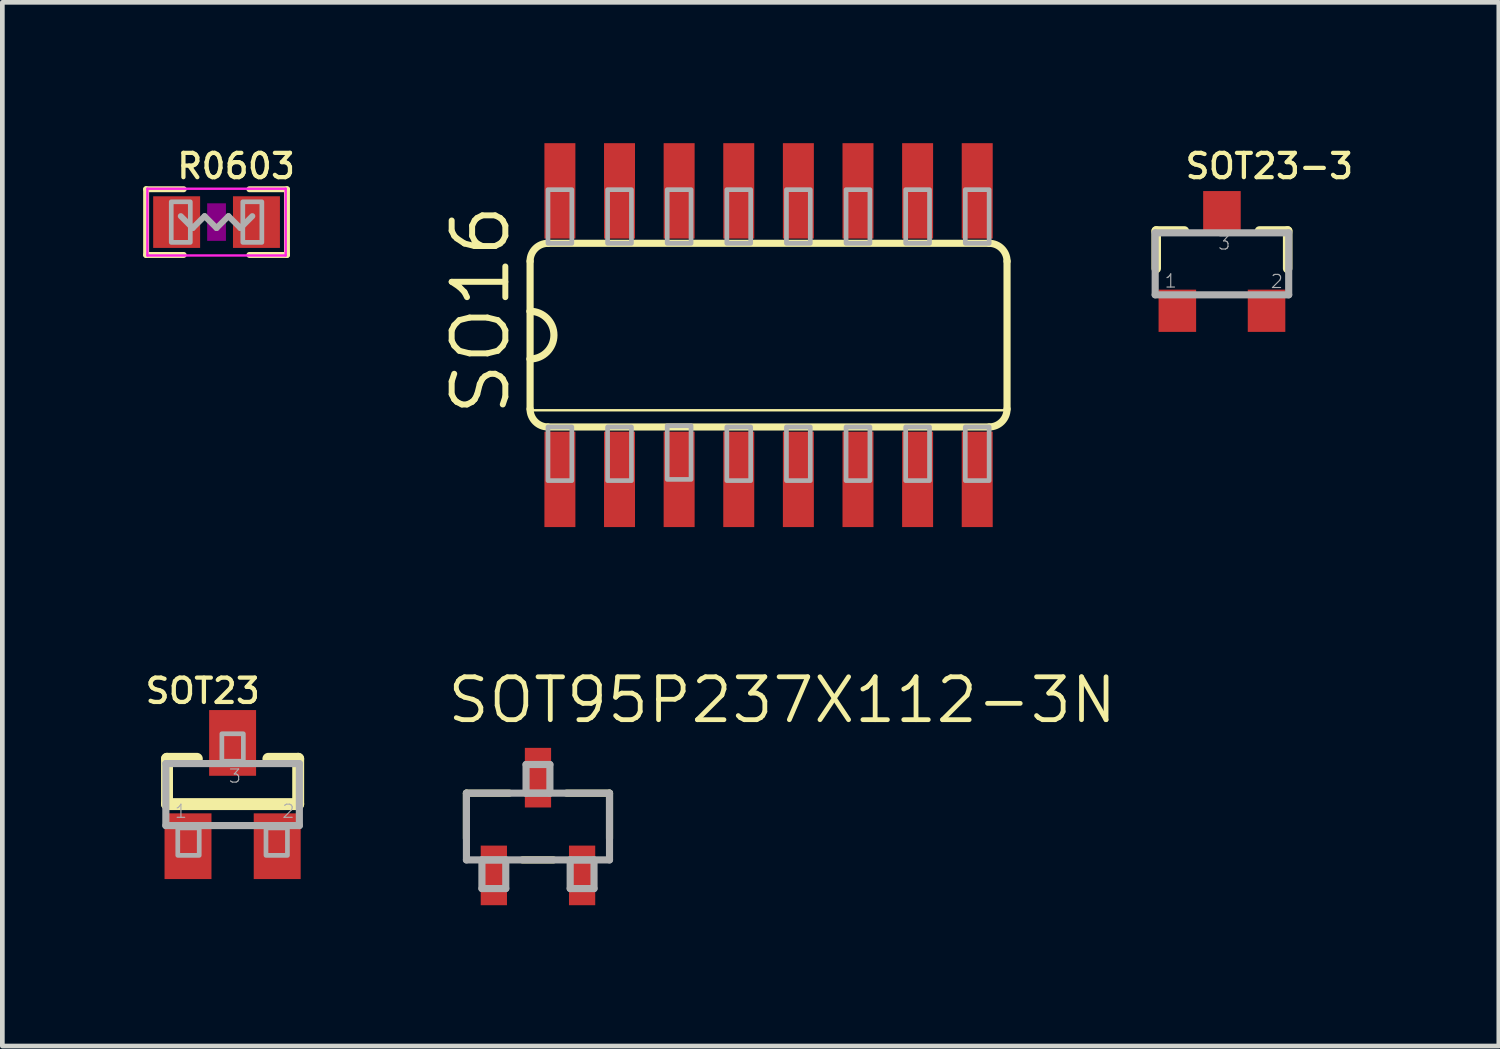
<source format=kicad_pcb>
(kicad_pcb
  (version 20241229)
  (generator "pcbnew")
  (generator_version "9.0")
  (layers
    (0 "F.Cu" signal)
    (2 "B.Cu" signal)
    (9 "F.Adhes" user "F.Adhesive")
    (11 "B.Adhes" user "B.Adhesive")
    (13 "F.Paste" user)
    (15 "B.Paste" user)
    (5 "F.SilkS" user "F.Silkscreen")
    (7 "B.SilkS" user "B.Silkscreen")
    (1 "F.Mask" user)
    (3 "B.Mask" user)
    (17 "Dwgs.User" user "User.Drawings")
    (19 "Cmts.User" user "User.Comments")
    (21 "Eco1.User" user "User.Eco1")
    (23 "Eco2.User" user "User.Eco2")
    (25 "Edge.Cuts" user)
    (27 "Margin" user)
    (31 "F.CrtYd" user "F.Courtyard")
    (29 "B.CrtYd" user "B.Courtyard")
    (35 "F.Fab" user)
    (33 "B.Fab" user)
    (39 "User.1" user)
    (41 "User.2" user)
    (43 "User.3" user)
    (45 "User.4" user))
  (footprint "SO16"
    (layer "F.Cu")
    (at 13.322 4.089)
    (property "Reference" "SO16" (at -5.461 1.778 90) (layer "F.SilkS") (effects (font (size 1.143 1.143) (thickness 0.127)) (justify left bottom)))
    (fp_line (start -5.08 -1.575) (end -5.08 -0.508) (stroke (width 0.152) (type solid)) (layer "F.SilkS"))
    (fp_line (start -5.08 -0.508) (end -5.08 0.508) (stroke (width 0.152) (type solid)) (layer "F.SilkS"))
    (fp_line (start -5.08 0.508) (end -5.08 1.575) (stroke (width 0.152) (type solid)) (layer "F.SilkS"))
    (fp_line (start -5.08 1.6) (end 5.08 1.6) (stroke (width 0.051) (type solid)) (layer "F.SilkS"))
    (fp_line (start -4.699 1.956) (end 4.699 1.956) (stroke (width 0.152) (type solid)) (layer "F.SilkS"))
    (fp_line (start 4.699 -1.956) (end -4.699 -1.956) (stroke (width 0.152) (type solid)) (layer "F.SilkS"))
    (fp_line (start 5.08 1.575) (end 5.08 -1.575) (stroke (width 0.152) (type solid)) (layer "F.SilkS"))
    (fp_arc (start -5.08 -1.5748) (mid -4.968408 -1.844208) (end -4.699 -1.9558) (stroke (width 0.1524) (type solid)) (layer "F.SilkS"))
    (fp_arc (start -5.08 -0.508) (mid -4.572 0) (end -5.08 0.508) (stroke (width 0.1524) (type solid)) (layer "F.SilkS"))
    (fp_arc (start -4.699 1.9558) (mid -4.968408 1.844208) (end -5.08 1.5748) (stroke (width 0.1524) (type solid)) (layer "F.SilkS"))
    (fp_arc (start 4.699 -1.9558) (mid 4.968408 -1.844208) (end 5.08 -1.5748) (stroke (width 0.1524) (type solid)) (layer "F.SilkS"))
    (fp_arc (start 5.08 1.5748) (mid 4.968408 1.844208) (end 4.699 1.9558) (stroke (width 0.1524) (type solid)) (layer "F.SilkS"))
    (fp_poly (pts (xy -4.699 -1.956) (xy -4.191 -1.956) (xy -4.191 -3.099) (xy -4.699 -3.099)) (stroke (width 0.1) (type solid)) (fill no) (layer "F.Fab"))
    (fp_poly (pts (xy -4.699 3.099) (xy -4.191 3.099) (xy -4.191 1.956) (xy -4.699 1.956)) (stroke (width 0.1) (type solid)) (fill no) (layer "F.Fab"))
    (fp_poly (pts (xy -3.429 -1.956) (xy -2.921 -1.956) (xy -2.921 -3.099) (xy -3.429 -3.099)) (stroke (width 0.1) (type solid)) (fill no) (layer "F.Fab"))
    (fp_poly (pts (xy -3.429 3.099) (xy -2.921 3.099) (xy -2.921 1.956) (xy -3.429 1.956)) (stroke (width 0.1) (type solid)) (fill no) (layer "F.Fab"))
    (fp_poly (pts (xy -2.159 -1.956) (xy -1.651 -1.956) (xy -1.651 -3.099) (xy -2.159 -3.099)) (stroke (width 0.1) (type solid)) (fill no) (layer "F.Fab"))
    (fp_poly (pts (xy -2.159 3.073) (xy -1.651 3.073) (xy -1.651 1.93) (xy -2.159 1.93)) (stroke (width 0.1) (type solid)) (fill no) (layer "F.Fab"))
    (fp_poly (pts (xy -0.889 -1.956) (xy -0.381 -1.956) (xy -0.381 -3.099) (xy -0.889 -3.099)) (stroke (width 0.1) (type solid)) (fill no) (layer "F.Fab"))
    (fp_poly (pts (xy -0.889 3.099) (xy -0.381 3.099) (xy -0.381 1.956) (xy -0.889 1.956)) (stroke (width 0.1) (type solid)) (fill no) (layer "F.Fab"))
    (fp_poly (pts (xy 0.381 -1.956) (xy 0.889 -1.956) (xy 0.889 -3.099) (xy 0.381 -3.099)) (stroke (width 0.1) (type solid)) (fill no) (layer "F.Fab"))
    (fp_poly (pts (xy 0.381 3.099) (xy 0.889 3.099) (xy 0.889 1.956) (xy 0.381 1.956)) (stroke (width 0.1) (type solid)) (fill no) (layer "F.Fab"))
    (fp_poly (pts (xy 1.651 -1.956) (xy 2.159 -1.956) (xy 2.159 -3.099) (xy 1.651 -3.099)) (stroke (width 0.1) (type solid)) (fill no) (layer "F.Fab"))
    (fp_poly (pts (xy 1.651 3.099) (xy 2.159 3.099) (xy 2.159 1.956) (xy 1.651 1.956)) (stroke (width 0.1) (type solid)) (fill no) (layer "F.Fab"))
    (fp_poly (pts (xy 2.921 -1.956) (xy 3.429 -1.956) (xy 3.429 -3.099) (xy 2.921 -3.099)) (stroke (width 0.1) (type solid)) (fill no) (layer "F.Fab"))
    (fp_poly (pts (xy 2.921 3.099) (xy 3.429 3.099) (xy 3.429 1.956) (xy 2.921 1.956)) (stroke (width 0.1) (type solid)) (fill no) (layer "F.Fab"))
    (fp_poly (pts (xy 4.191 -1.956) (xy 4.699 -1.956) (xy 4.699 -3.099) (xy 4.191 -3.099)) (stroke (width 0.1) (type solid)) (fill no) (layer "F.Fab"))
    (fp_poly (pts (xy 4.191 3.099) (xy 4.699 3.099) (xy 4.699 1.956) (xy 4.191 1.956)) (stroke (width 0.1) (type solid)) (fill no) (layer "F.Fab"))
    (pad "1" smd rect (at -4.445 3.073) (size 0.66 2.032) (layers "F.Cu" "F.Mask" "F.Paste"))
    (pad "2" smd rect (at -3.175 3.073) (size 0.66 2.032) (layers "F.Cu" "F.Mask" "F.Paste"))
    (pad "3" smd rect (at -1.905 3.073) (size 0.66 2.032) (layers "F.Cu" "F.Mask" "F.Paste"))
    (pad "4" smd rect (at -0.635 3.073) (size 0.66 2.032) (layers "F.Cu" "F.Mask" "F.Paste"))
    (pad "5" smd rect (at 0.635 3.073) (size 0.66 2.032) (layers "F.Cu" "F.Mask" "F.Paste"))
    (pad "6" smd rect (at 1.905 3.073) (size 0.66 2.032) (layers "F.Cu" "F.Mask" "F.Paste"))
    (pad "7" smd rect (at 3.175 3.073) (size 0.66 2.032) (layers "F.Cu" "F.Mask" "F.Paste"))
    (pad "8" smd rect (at 4.445 3.073) (size 0.66 2.032) (layers "F.Cu" "F.Mask" "F.Paste"))
    (pad "9" smd rect (at 4.445 -3.073) (size 0.66 2.032) (layers "F.Cu" "F.Mask" "F.Paste"))
    (pad "10" smd rect (at 3.175 -3.073) (size 0.66 2.032) (layers "F.Cu" "F.Mask" "F.Paste"))
    (pad "11" smd rect (at 1.905 -3.073) (size 0.66 2.032) (layers "F.Cu" "F.Mask" "F.Paste"))
    (pad "12" smd rect (at 0.635 -3.073) (size 0.66 2.032) (layers "F.Cu" "F.Mask" "F.Paste"))
    (pad "13" smd rect (at -0.635 -3.073) (size 0.66 2.032) (layers "F.Cu" "F.Mask" "F.Paste"))
    (pad "14" smd rect (at -1.905 -3.073) (size 0.66 2.032) (layers "F.Cu" "F.Mask" "F.Paste"))
    (pad "15" smd rect (at -3.175 -3.073) (size 0.66 2.032) (layers "F.Cu" "F.Mask" "F.Paste"))
    (pad "16" smd rect (at -4.445 -3.073) (size 0.66 2.032) (layers "F.Cu" "F.Mask" "F.Paste")))
  (footprint "R0603"
    (layer "F.Cu")
    (at 1.563 1.681)
    (property "Reference" "R0603" (at -0.889 -0.889 0) (layer "F.SilkS") (effects (font (size 0.518 0.518) (thickness 0.091)) (justify left bottom)))
    (fp_line (start -1.5 -0.7) (end -1.5 0.7) (stroke (width 0.127) (type solid)) (layer "F.SilkS"))
    (fp_line (start -1.5 0.7) (end -0.7 0.7) (stroke (width 0.127) (type solid)) (layer "F.SilkS"))
    (fp_line (start -0.7 -0.7) (end -1.5 -0.7) (stroke (width 0.127) (type solid)) (layer "F.SilkS"))
    (fp_line (start 0.7 -0.7) (end 1.5 -0.7) (stroke (width 0.127) (type solid)) (layer "F.SilkS"))
    (fp_line (start 1.5 -0.7) (end 1.5 0.7) (stroke (width 0.127) (type solid)) (layer "F.SilkS"))
    (fp_line (start 1.5 0.7) (end 0.7 0.7) (stroke (width 0.127) (type solid)) (layer "F.SilkS"))
    (fp_poly (pts (xy -0.2 0.4) (xy 0.2 0.4) (xy 0.2 -0.4) (xy -0.2 -0.4)) (stroke (width 0) (type solid)) (fill yes) (layer "F.Adhes"))
    (fp_line (start -1.473 -0.711) (end 1.473 -0.711) (stroke (width 0.051) (type solid)) (layer "F.CrtYd"))
    (fp_line (start -1.473 0.711) (end -1.473 -0.711) (stroke (width 0.051) (type solid)) (layer "F.CrtYd"))
    (fp_line (start 1.473 -0.711) (end 1.473 0.711) (stroke (width 0.051) (type solid)) (layer "F.CrtYd"))
    (fp_line (start 1.473 0.711) (end -1.473 0.711) (stroke (width 0.051) (type solid)) (layer "F.CrtYd"))
    (fp_line (start -0.508 0.127) (end -0.762 -0.127) (stroke (width 0.127) (type solid)) (layer "F.Fab"))
    (fp_line (start -0.508 0.127) (end -0.254 -0.127) (stroke (width 0.127) (type solid)) (layer "F.Fab"))
    (fp_line (start -0.254 -0.127) (end 0 0.127) (stroke (width 0.127) (type solid)) (layer "F.Fab"))
    (fp_line (start 0 0.127) (end 0.254 -0.127) (stroke (width 0.127) (type solid)) (layer "F.Fab"))
    (fp_line (start 0.254 -0.127) (end 0.508 0.127) (stroke (width 0.127) (type solid)) (layer "F.Fab"))
    (fp_line (start 0.508 0.127) (end 0.762 -0.127) (stroke (width 0.127) (type solid)) (layer "F.Fab"))
    (fp_poly (pts (xy -0.965 0.432) (xy -0.559 0.432) (xy -0.559 -0.432) (xy -0.965 -0.432)) (stroke (width 0.1) (type solid)) (fill no) (layer "F.Fab"))
    (fp_poly (pts (xy 0.559 0.432) (xy 0.965 0.432) (xy 0.965 -0.432) (xy 0.559 -0.432)) (stroke (width 0.1) (type solid)) (fill no) (layer "F.Fab"))
    (pad "1" smd rect (at -0.85 0) (size 1 1.1) (layers "F.Cu" "F.Mask" "F.Paste"))
    (pad "2" smd rect (at 0.85 0) (size 1 1.1) (layers "F.Cu" "F.Mask" "F.Paste")))
  (footprint "SOT23-3"
    (layer "F.Cu")
    (at 22.98 2.57)
    (property "Reference" "SOT23-3" (at -0.826 -1.778 0) (layer "F.SilkS") (effects (font (size 0.518 0.518) (thickness 0.091)) (justify left bottom)))
    (fp_line (start -1.4 -0.7) (end -1.4 0.1) (stroke (width 0.203) (type solid)) (layer "F.SilkS"))
    (fp_line (start -0.8 -0.7) (end -1.4 -0.7) (stroke (width 0.203) (type solid)) (layer "F.SilkS"))
    (fp_line (start 0.8 -0.7) (end 1.4 -0.7) (stroke (width 0.203) (type solid)) (layer "F.SilkS"))
    (fp_line (start 1.4 -0.7) (end 1.4 0.1) (stroke (width 0.203) (type solid)) (layer "F.SilkS"))
    (fp_line (start -1.422 -0.66) (end 1.422 -0.66) (stroke (width 0.152) (type solid)) (layer "F.Fab"))
    (fp_line (start -1.422 0.66) (end -1.422 -0.66) (stroke (width 0.152) (type solid)) (layer "F.Fab"))
    (fp_line (start 1.422 -0.66) (end 1.422 0.66) (stroke (width 0.152) (type solid)) (layer "F.Fab"))
    (fp_line (start 1.422 0.66) (end -1.422 0.66) (stroke (width 0.152) (type solid)) (layer "F.Fab"))
    (fp_text user "2" (at 1.02 0.54 0) (layer "F.Fab") (effects (font (size 0.28 0.28) (thickness 0.024)) (justify left bottom)))
    (fp_text user "3" (at -0.1 -0.28 0) (layer "F.Fab") (effects (font (size 0.28 0.28) (thickness 0.024)) (justify left bottom)))
    (fp_text user "1" (at -1.24 0.53 0) (layer "F.Fab") (effects (font (size 0.28 0.28) (thickness 0.024)) (justify left bottom)))
    (pad "1" smd rect (at -0.95 1) (size 0.8 0.9) (layers "F.Cu" "F.Mask" "F.Paste"))
    (pad "2" smd rect (at 0.95 1) (size 0.8 0.9) (layers "F.Cu" "F.Mask" "F.Paste"))
    (pad "3" smd rect (at 0 -1.1) (size 0.8 0.9) (layers "F.Cu" "F.Mask" "F.Paste")))
  (footprint "SOT23"
    (layer "F.Cu")
    (at 1.905 13.876)
    (property "Reference" "SOT23" (at -1.905 -1.905 0) (layer "F.SilkS") (effects (font (size 0.518 0.518) (thickness 0.091)) (justify left bottom)))
    (fp_line (start -1.397 -0.762) (end -0.762 -0.762) (stroke (width 0.254) (type solid)) (layer "F.SilkS"))
    (fp_line (start -1.397 0.203) (end -1.397 -0.762) (stroke (width 0.254) (type solid)) (layer "F.SilkS"))
    (fp_line (start -1.397 0.203) (end 1.397 0.203) (stroke (width 0.254) (type solid)) (layer "F.SilkS"))
    (fp_line (start 0.762 -0.762) (end 1.397 -0.762) (stroke (width 0.254) (type solid)) (layer "F.SilkS"))
    (fp_line (start 1.397 -0.762) (end 1.397 0.203) (stroke (width 0.254) (type solid)) (layer "F.SilkS"))
    (fp_line (start -1.422 -0.66) (end 1.422 -0.66) (stroke (width 0.152) (type solid)) (layer "F.Fab"))
    (fp_line (start -1.422 0.66) (end -1.422 -0.66) (stroke (width 0.152) (type solid)) (layer "F.Fab"))
    (fp_line (start 1.422 -0.66) (end 1.422 0.66) (stroke (width 0.152) (type solid)) (layer "F.Fab"))
    (fp_line (start 1.422 0.66) (end -1.422 0.66) (stroke (width 0.152) (type solid)) (layer "F.Fab"))
    (fp_poly (pts (xy -1.168 1.295) (xy -0.711 1.295) (xy -0.711 0.711) (xy -1.168 0.711)) (stroke (width 0.1) (type solid)) (fill no) (layer "F.Fab"))
    (fp_poly (pts (xy -0.229 -0.711) (xy 0.229 -0.711) (xy 0.229 -1.295) (xy -0.229 -1.295)) (stroke (width 0.1) (type solid)) (fill no) (layer "F.Fab"))
    (fp_poly (pts (xy 0.711 1.295) (xy 1.168 1.295) (xy 1.168 0.711) (xy 0.711 0.711)) (stroke (width 0.1) (type solid)) (fill no) (layer "F.Fab"))
    (fp_text user "1" (at -1.25 0.52 0) (layer "F.Fab") (effects (font (size 0.28 0.28) (thickness 0.024)) (justify left bottom)))
    (fp_text user "3" (at -0.1 -0.23 0) (layer "F.Fab") (effects (font (size 0.28 0.28) (thickness 0.024)) (justify left bottom)))
    (fp_text user "2" (at 1.04 0.52 0) (layer "F.Fab") (effects (font (size 0.28 0.28) (thickness 0.024)) (justify left bottom)))
    (pad "1" smd rect (at -0.95 1.1) (size 1 1.4) (layers "F.Cu" "F.Mask" "F.Paste"))
    (pad "2" smd rect (at 0.95 1.1) (size 1 1.4) (layers "F.Cu" "F.Mask" "F.Paste"))
    (pad "3" smd rect (at 0 -1.1) (size 1 1.4) (layers "F.Cu" "F.Mask" "F.Paste")))
  (footprint "SOT95P237X112-3N"
    (layer "F.Cu")
    (at 8.41 14.557)
    (property "Reference" "SOT95P237X112-3N" (at -1.981 -2.159 0) (layer "F.SilkS") (effects (font (size 0.914 0.914) (thickness 0.102)) (justify left bottom)))
    (fp_line (start -1.524 -0.711) (end -1.524 0.254) (stroke (width 0.152) (type solid)) (layer "F.SilkS"))
    (fp_line (start -0.61 -0.711) (end -1.524 -0.711) (stroke (width 0.152) (type solid)) (layer "F.SilkS"))
    (fp_line (start -0.33 0.711) (end 0.33 0.711) (stroke (width 0.152) (type solid)) (layer "F.SilkS"))
    (fp_line (start 1.524 -0.711) (end 0.61 -0.711) (stroke (width 0.152) (type solid)) (layer "F.SilkS"))
    (fp_line (start 1.524 0.254) (end 1.524 -0.711) (stroke (width 0.152) (type solid)) (layer "F.SilkS"))
    (fp_line (start -1.524 -0.711) (end -1.524 0.711) (stroke (width 0.152) (type solid)) (layer "F.Fab"))
    (fp_line (start -1.524 0.711) (end 1.524 0.711) (stroke (width 0.152) (type solid)) (layer "F.Fab"))
    (fp_line (start -1.194 0.711) (end -1.194 1.321) (stroke (width 0.152) (type solid)) (layer "F.Fab"))
    (fp_line (start -1.194 1.321) (end -0.686 1.321) (stroke (width 0.152) (type solid)) (layer "F.Fab"))
    (fp_line (start -0.686 0.711) (end -1.194 0.711) (stroke (width 0.152) (type solid)) (layer "F.Fab"))
    (fp_line (start -0.686 1.321) (end -0.686 0.711) (stroke (width 0.152) (type solid)) (layer "F.Fab"))
    (fp_line (start -0.254 -1.321) (end -0.254 -0.711) (stroke (width 0.152) (type solid)) (layer "F.Fab"))
    (fp_line (start -0.254 -0.711) (end 0.254 -0.711) (stroke (width 0.152) (type solid)) (layer "F.Fab"))
    (fp_line (start 0.254 -1.321) (end -0.254 -1.321) (stroke (width 0.152) (type solid)) (layer "F.Fab"))
    (fp_line (start 0.254 -0.711) (end 0.254 -1.321) (stroke (width 0.152) (type solid)) (layer "F.Fab"))
    (fp_line (start 0.686 0.711) (end 0.686 1.321) (stroke (width 0.152) (type solid)) (layer "F.Fab"))
    (fp_line (start 0.686 1.321) (end 1.194 1.321) (stroke (width 0.152) (type solid)) (layer "F.Fab"))
    (fp_line (start 1.194 0.711) (end 0.686 0.711) (stroke (width 0.152) (type solid)) (layer "F.Fab"))
    (fp_line (start 1.194 1.321) (end 1.194 0.711) (stroke (width 0.152) (type solid)) (layer "F.Fab"))
    (fp_line (start 1.524 -0.711) (end -1.524 -0.711) (stroke (width 0.152) (type solid)) (layer "F.Fab"))
    (fp_line (start 1.524 0.711) (end 1.524 -0.711) (stroke (width 0.152) (type solid)) (layer "F.Fab"))
    (pad "1" smd rect (at -0.94 1.041) (size 0.559 1.27) (layers "F.Cu" "F.Mask" "F.Paste"))
    (pad "2" smd rect (at 0.94 1.041) (size 0.559 1.27) (layers "F.Cu" "F.Mask" "F.Paste"))
    (pad "3" smd rect (at 0 -1.041) (size 0.559 1.27) (layers "F.Cu" "F.Mask" "F.Paste")))
  (gr_rect
    (start -3 -3)
    (end 28.878 19.233)
    (stroke (width 0.1) (type default))
    (fill no)
    (layer "Edge.Cuts")))
</source>
